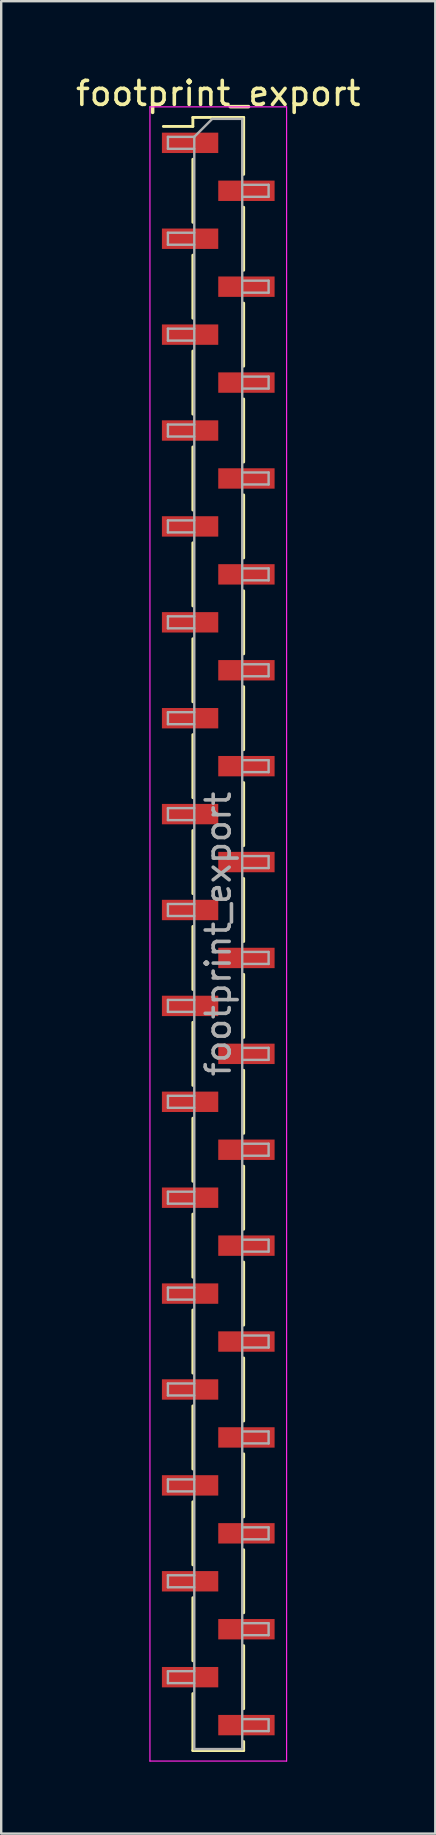
<source format=kicad_pcb>
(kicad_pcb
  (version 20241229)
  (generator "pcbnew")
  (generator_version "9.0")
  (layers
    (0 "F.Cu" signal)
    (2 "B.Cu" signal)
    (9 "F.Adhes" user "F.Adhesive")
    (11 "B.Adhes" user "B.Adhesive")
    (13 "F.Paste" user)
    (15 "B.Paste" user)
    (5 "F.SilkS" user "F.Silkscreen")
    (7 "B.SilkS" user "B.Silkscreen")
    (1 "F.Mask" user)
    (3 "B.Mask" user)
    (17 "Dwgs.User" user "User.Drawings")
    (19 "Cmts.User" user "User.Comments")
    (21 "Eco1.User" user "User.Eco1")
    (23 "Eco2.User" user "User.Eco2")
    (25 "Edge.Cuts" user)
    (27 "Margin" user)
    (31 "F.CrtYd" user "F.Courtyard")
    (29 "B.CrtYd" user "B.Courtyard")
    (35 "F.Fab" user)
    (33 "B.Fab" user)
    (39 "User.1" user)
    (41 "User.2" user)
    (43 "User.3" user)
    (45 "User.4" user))
  (footprint "footprint_export"
    (layer "F.Cu")
    (at 6.054 35.908)
    (property "Reference" "footprint_export" (at 0 -35.06 0) (layer "F.SilkS") (effects (font (size 1 1) (thickness 0.15))))
    (attr smd)
    (fp_line (start -1.06 -34.06) (end -1.06 -33.685) (stroke (width 0.12) (type solid)) (layer "F.SilkS"))
    (fp_line (start -1.06 -34.06) (end 1.06 -34.06) (stroke (width 0.12) (type solid)) (layer "F.SilkS"))
    (fp_line (start -1.06 -33.685) (end -2.29 -33.685) (stroke (width 0.12) (type solid)) (layer "F.SilkS"))
    (fp_line (start -1.06 -32.315) (end -1.06 -29.685) (stroke (width 0.12) (type solid)) (layer "F.SilkS"))
    (fp_line (start -1.06 -28.315) (end -1.06 -25.685) (stroke (width 0.12) (type solid)) (layer "F.SilkS"))
    (fp_line (start -1.06 -24.315) (end -1.06 -21.685) (stroke (width 0.12) (type solid)) (layer "F.SilkS"))
    (fp_line (start -1.06 -20.315) (end -1.06 -17.685) (stroke (width 0.12) (type solid)) (layer "F.SilkS"))
    (fp_line (start -1.06 -16.315) (end -1.06 -13.685) (stroke (width 0.12) (type solid)) (layer "F.SilkS"))
    (fp_line (start -1.06 -12.315) (end -1.06 -9.685) (stroke (width 0.12) (type solid)) (layer "F.SilkS"))
    (fp_line (start -1.06 -8.315) (end -1.06 -5.685) (stroke (width 0.12) (type solid)) (layer "F.SilkS"))
    (fp_line (start -1.06 -4.315) (end -1.06 -1.685) (stroke (width 0.12) (type solid)) (layer "F.SilkS"))
    (fp_line (start -1.06 -0.315) (end -1.06 2.315) (stroke (width 0.12) (type solid)) (layer "F.SilkS"))
    (fp_line (start -1.06 3.685) (end -1.06 6.315) (stroke (width 0.12) (type solid)) (layer "F.SilkS"))
    (fp_line (start -1.06 7.685) (end -1.06 10.315) (stroke (width 0.12) (type solid)) (layer "F.SilkS"))
    (fp_line (start -1.06 11.685) (end -1.06 14.315) (stroke (width 0.12) (type solid)) (layer "F.SilkS"))
    (fp_line (start -1.06 15.685) (end -1.06 18.315) (stroke (width 0.12) (type solid)) (layer "F.SilkS"))
    (fp_line (start -1.06 19.685) (end -1.06 22.315) (stroke (width 0.12) (type solid)) (layer "F.SilkS"))
    (fp_line (start -1.06 23.685) (end -1.06 26.315) (stroke (width 0.12) (type solid)) (layer "F.SilkS"))
    (fp_line (start -1.06 27.685) (end -1.06 30.315) (stroke (width 0.12) (type solid)) (layer "F.SilkS"))
    (fp_line (start -1.06 31.685) (end -1.06 34.06) (stroke (width 0.12) (type solid)) (layer "F.SilkS"))
    (fp_line (start -1.06 34.06) (end 1.06 34.06) (stroke (width 0.12) (type solid)) (layer "F.SilkS"))
    (fp_line (start 1.06 -34.06) (end 1.06 -31.685) (stroke (width 0.12) (type solid)) (layer "F.SilkS"))
    (fp_line (start 1.06 -30.315) (end 1.06 -27.685) (stroke (width 0.12) (type solid)) (layer "F.SilkS"))
    (fp_line (start 1.06 -26.315) (end 1.06 -23.685) (stroke (width 0.12) (type solid)) (layer "F.SilkS"))
    (fp_line (start 1.06 -22.315) (end 1.06 -19.685) (stroke (width 0.12) (type solid)) (layer "F.SilkS"))
    (fp_line (start 1.06 -18.315) (end 1.06 -15.685) (stroke (width 0.12) (type solid)) (layer "F.SilkS"))
    (fp_line (start 1.06 -14.315) (end 1.06 -11.685) (stroke (width 0.12) (type solid)) (layer "F.SilkS"))
    (fp_line (start 1.06 -10.315) (end 1.06 -7.685) (stroke (width 0.12) (type solid)) (layer "F.SilkS"))
    (fp_line (start 1.06 -6.315) (end 1.06 -3.685) (stroke (width 0.12) (type solid)) (layer "F.SilkS"))
    (fp_line (start 1.06 -2.315) (end 1.06 0.315) (stroke (width 0.12) (type solid)) (layer "F.SilkS"))
    (fp_line (start 1.06 1.685) (end 1.06 4.315) (stroke (width 0.12) (type solid)) (layer "F.SilkS"))
    (fp_line (start 1.06 5.685) (end 1.06 8.315) (stroke (width 0.12) (type solid)) (layer "F.SilkS"))
    (fp_line (start 1.06 9.685) (end 1.06 12.315) (stroke (width 0.12) (type solid)) (layer "F.SilkS"))
    (fp_line (start 1.06 13.685) (end 1.06 16.315) (stroke (width 0.12) (type solid)) (layer "F.SilkS"))
    (fp_line (start 1.06 17.685) (end 1.06 20.315) (stroke (width 0.12) (type solid)) (layer "F.SilkS"))
    (fp_line (start 1.06 21.685) (end 1.06 24.315) (stroke (width 0.12) (type solid)) (layer "F.SilkS"))
    (fp_line (start 1.06 25.685) (end 1.06 28.315) (stroke (width 0.12) (type solid)) (layer "F.SilkS"))
    (fp_line (start 1.06 29.685) (end 1.06 32.315) (stroke (width 0.12) (type solid)) (layer "F.SilkS"))
    (fp_line (start 1.06 33.685) (end 1.06 34.06) (stroke (width 0.12) (type solid)) (layer "F.SilkS"))
    (fp_line (start -2.85 -34.5) (end -2.85 34.5) (stroke (width 0.05) (type solid)) (layer "F.CrtYd"))
    (fp_line (start -2.85 34.5) (end 2.85 34.5) (stroke (width 0.05) (type solid)) (layer "F.CrtYd"))
    (fp_line (start 2.85 -34.5) (end -2.85 -34.5) (stroke (width 0.05) (type solid)) (layer "F.CrtYd"))
    (fp_line (start 2.85 34.5) (end 2.85 -34.5) (stroke (width 0.05) (type solid)) (layer "F.CrtYd"))
    (fp_line (start -2.1 -33.25) (end -2.1 -32.75) (stroke (width 0.1) (type solid)) (layer "F.Fab"))
    (fp_line (start -2.1 -32.75) (end -1 -32.75) (stroke (width 0.1) (type solid)) (layer "F.Fab"))
    (fp_line (start -2.1 -29.25) (end -2.1 -28.75) (stroke (width 0.1) (type solid)) (layer "F.Fab"))
    (fp_line (start -2.1 -28.75) (end -1 -28.75) (stroke (width 0.1) (type solid)) (layer "F.Fab"))
    (fp_line (start -2.1 -25.25) (end -2.1 -24.75) (stroke (width 0.1) (type solid)) (layer "F.Fab"))
    (fp_line (start -2.1 -24.75) (end -1 -24.75) (stroke (width 0.1) (type solid)) (layer "F.Fab"))
    (fp_line (start -2.1 -21.25) (end -2.1 -20.75) (stroke (width 0.1) (type solid)) (layer "F.Fab"))
    (fp_line (start -2.1 -20.75) (end -1 -20.75) (stroke (width 0.1) (type solid)) (layer "F.Fab"))
    (fp_line (start -2.1 -17.25) (end -2.1 -16.75) (stroke (width 0.1) (type solid)) (layer "F.Fab"))
    (fp_line (start -2.1 -16.75) (end -1 -16.75) (stroke (width 0.1) (type solid)) (layer "F.Fab"))
    (fp_line (start -2.1 -13.25) (end -2.1 -12.75) (stroke (width 0.1) (type solid)) (layer "F.Fab"))
    (fp_line (start -2.1 -12.75) (end -1 -12.75) (stroke (width 0.1) (type solid)) (layer "F.Fab"))
    (fp_line (start -2.1 -9.25) (end -2.1 -8.75) (stroke (width 0.1) (type solid)) (layer "F.Fab"))
    (fp_line (start -2.1 -8.75) (end -1 -8.75) (stroke (width 0.1) (type solid)) (layer "F.Fab"))
    (fp_line (start -2.1 -5.25) (end -2.1 -4.75) (stroke (width 0.1) (type solid)) (layer "F.Fab"))
    (fp_line (start -2.1 -4.75) (end -1 -4.75) (stroke (width 0.1) (type solid)) (layer "F.Fab"))
    (fp_line (start -2.1 -1.25) (end -2.1 -0.75) (stroke (width 0.1) (type solid)) (layer "F.Fab"))
    (fp_line (start -2.1 -0.75) (end -1 -0.75) (stroke (width 0.1) (type solid)) (layer "F.Fab"))
    (fp_line (start -2.1 2.75) (end -2.1 3.25) (stroke (width 0.1) (type solid)) (layer "F.Fab"))
    (fp_line (start -2.1 3.25) (end -1 3.25) (stroke (width 0.1) (type solid)) (layer "F.Fab"))
    (fp_line (start -2.1 6.75) (end -2.1 7.25) (stroke (width 0.1) (type solid)) (layer "F.Fab"))
    (fp_line (start -2.1 7.25) (end -1 7.25) (stroke (width 0.1) (type solid)) (layer "F.Fab"))
    (fp_line (start -2.1 10.75) (end -2.1 11.25) (stroke (width 0.1) (type solid)) (layer "F.Fab"))
    (fp_line (start -2.1 11.25) (end -1 11.25) (stroke (width 0.1) (type solid)) (layer "F.Fab"))
    (fp_line (start -2.1 14.75) (end -2.1 15.25) (stroke (width 0.1) (type solid)) (layer "F.Fab"))
    (fp_line (start -2.1 15.25) (end -1 15.25) (stroke (width 0.1) (type solid)) (layer "F.Fab"))
    (fp_line (start -2.1 18.75) (end -2.1 19.25) (stroke (width 0.1) (type solid)) (layer "F.Fab"))
    (fp_line (start -2.1 19.25) (end -1 19.25) (stroke (width 0.1) (type solid)) (layer "F.Fab"))
    (fp_line (start -2.1 22.75) (end -2.1 23.25) (stroke (width 0.1) (type solid)) (layer "F.Fab"))
    (fp_line (start -2.1 23.25) (end -1 23.25) (stroke (width 0.1) (type solid)) (layer "F.Fab"))
    (fp_line (start -2.1 26.75) (end -2.1 27.25) (stroke (width 0.1) (type solid)) (layer "F.Fab"))
    (fp_line (start -2.1 27.25) (end -1 27.25) (stroke (width 0.1) (type solid)) (layer "F.Fab"))
    (fp_line (start -2.1 30.75) (end -2.1 31.25) (stroke (width 0.1) (type solid)) (layer "F.Fab"))
    (fp_line (start -2.1 31.25) (end -1 31.25) (stroke (width 0.1) (type solid)) (layer "F.Fab"))
    (fp_line (start -1 -33.25) (end -2.1 -33.25) (stroke (width 0.1) (type solid)) (layer "F.Fab"))
    (fp_line (start -1 -33.25) (end -0.25 -34) (stroke (width 0.1) (type solid)) (layer "F.Fab"))
    (fp_line (start -1 -29.25) (end -2.1 -29.25) (stroke (width 0.1) (type solid)) (layer "F.Fab"))
    (fp_line (start -1 -25.25) (end -2.1 -25.25) (stroke (width 0.1) (type solid)) (layer "F.Fab"))
    (fp_line (start -1 -21.25) (end -2.1 -21.25) (stroke (width 0.1) (type solid)) (layer "F.Fab"))
    (fp_line (start -1 -17.25) (end -2.1 -17.25) (stroke (width 0.1) (type solid)) (layer "F.Fab"))
    (fp_line (start -1 -13.25) (end -2.1 -13.25) (stroke (width 0.1) (type solid)) (layer "F.Fab"))
    (fp_line (start -1 -9.25) (end -2.1 -9.25) (stroke (width 0.1) (type solid)) (layer "F.Fab"))
    (fp_line (start -1 -5.25) (end -2.1 -5.25) (stroke (width 0.1) (type solid)) (layer "F.Fab"))
    (fp_line (start -1 -1.25) (end -2.1 -1.25) (stroke (width 0.1) (type solid)) (layer "F.Fab"))
    (fp_line (start -1 2.75) (end -2.1 2.75) (stroke (width 0.1) (type solid)) (layer "F.Fab"))
    (fp_line (start -1 6.75) (end -2.1 6.75) (stroke (width 0.1) (type solid)) (layer "F.Fab"))
    (fp_line (start -1 10.75) (end -2.1 10.75) (stroke (width 0.1) (type solid)) (layer "F.Fab"))
    (fp_line (start -1 14.75) (end -2.1 14.75) (stroke (width 0.1) (type solid)) (layer "F.Fab"))
    (fp_line (start -1 18.75) (end -2.1 18.75) (stroke (width 0.1) (type solid)) (layer "F.Fab"))
    (fp_line (start -1 22.75) (end -2.1 22.75) (stroke (width 0.1) (type solid)) (layer "F.Fab"))
    (fp_line (start -1 26.75) (end -2.1 26.75) (stroke (width 0.1) (type solid)) (layer "F.Fab"))
    (fp_line (start -1 30.75) (end -2.1 30.75) (stroke (width 0.1) (type solid)) (layer "F.Fab"))
    (fp_line (start -1 34) (end -1 -33.25) (stroke (width 0.1) (type solid)) (layer "F.Fab"))
    (fp_line (start -0.25 -34) (end 1 -34) (stroke (width 0.1) (type solid)) (layer "F.Fab"))
    (fp_line (start 1 -34) (end 1 34) (stroke (width 0.1) (type solid)) (layer "F.Fab"))
    (fp_line (start 1 -31.25) (end 2.1 -31.25) (stroke (width 0.1) (type solid)) (layer "F.Fab"))
    (fp_line (start 1 -27.25) (end 2.1 -27.25) (stroke (width 0.1) (type solid)) (layer "F.Fab"))
    (fp_line (start 1 -23.25) (end 2.1 -23.25) (stroke (width 0.1) (type solid)) (layer "F.Fab"))
    (fp_line (start 1 -19.25) (end 2.1 -19.25) (stroke (width 0.1) (type solid)) (layer "F.Fab"))
    (fp_line (start 1 -15.25) (end 2.1 -15.25) (stroke (width 0.1) (type solid)) (layer "F.Fab"))
    (fp_line (start 1 -11.25) (end 2.1 -11.25) (stroke (width 0.1) (type solid)) (layer "F.Fab"))
    (fp_line (start 1 -7.25) (end 2.1 -7.25) (stroke (width 0.1) (type solid)) (layer "F.Fab"))
    (fp_line (start 1 -3.25) (end 2.1 -3.25) (stroke (width 0.1) (type solid)) (layer "F.Fab"))
    (fp_line (start 1 0.75) (end 2.1 0.75) (stroke (width 0.1) (type solid)) (layer "F.Fab"))
    (fp_line (start 1 4.75) (end 2.1 4.75) (stroke (width 0.1) (type solid)) (layer "F.Fab"))
    (fp_line (start 1 8.75) (end 2.1 8.75) (stroke (width 0.1) (type solid)) (layer "F.Fab"))
    (fp_line (start 1 12.75) (end 2.1 12.75) (stroke (width 0.1) (type solid)) (layer "F.Fab"))
    (fp_line (start 1 16.75) (end 2.1 16.75) (stroke (width 0.1) (type solid)) (layer "F.Fab"))
    (fp_line (start 1 20.75) (end 2.1 20.75) (stroke (width 0.1) (type solid)) (layer "F.Fab"))
    (fp_line (start 1 24.75) (end 2.1 24.75) (stroke (width 0.1) (type solid)) (layer "F.Fab"))
    (fp_line (start 1 28.75) (end 2.1 28.75) (stroke (width 0.1) (type solid)) (layer "F.Fab"))
    (fp_line (start 1 32.75) (end 2.1 32.75) (stroke (width 0.1) (type solid)) (layer "F.Fab"))
    (fp_line (start 1 34) (end -1 34) (stroke (width 0.1) (type solid)) (layer "F.Fab"))
    (fp_line (start 2.1 -31.25) (end 2.1 -30.75) (stroke (width 0.1) (type solid)) (layer "F.Fab"))
    (fp_line (start 2.1 -30.75) (end 1 -30.75) (stroke (width 0.1) (type solid)) (layer "F.Fab"))
    (fp_line (start 2.1 -27.25) (end 2.1 -26.75) (stroke (width 0.1) (type solid)) (layer "F.Fab"))
    (fp_line (start 2.1 -26.75) (end 1 -26.75) (stroke (width 0.1) (type solid)) (layer "F.Fab"))
    (fp_line (start 2.1 -23.25) (end 2.1 -22.75) (stroke (width 0.1) (type solid)) (layer "F.Fab"))
    (fp_line (start 2.1 -22.75) (end 1 -22.75) (stroke (width 0.1) (type solid)) (layer "F.Fab"))
    (fp_line (start 2.1 -19.25) (end 2.1 -18.75) (stroke (width 0.1) (type solid)) (layer "F.Fab"))
    (fp_line (start 2.1 -18.75) (end 1 -18.75) (stroke (width 0.1) (type solid)) (layer "F.Fab"))
    (fp_line (start 2.1 -15.25) (end 2.1 -14.75) (stroke (width 0.1) (type solid)) (layer "F.Fab"))
    (fp_line (start 2.1 -14.75) (end 1 -14.75) (stroke (width 0.1) (type solid)) (layer "F.Fab"))
    (fp_line (start 2.1 -11.25) (end 2.1 -10.75) (stroke (width 0.1) (type solid)) (layer "F.Fab"))
    (fp_line (start 2.1 -10.75) (end 1 -10.75) (stroke (width 0.1) (type solid)) (layer "F.Fab"))
    (fp_line (start 2.1 -7.25) (end 2.1 -6.75) (stroke (width 0.1) (type solid)) (layer "F.Fab"))
    (fp_line (start 2.1 -6.75) (end 1 -6.75) (stroke (width 0.1) (type solid)) (layer "F.Fab"))
    (fp_line (start 2.1 -3.25) (end 2.1 -2.75) (stroke (width 0.1) (type solid)) (layer "F.Fab"))
    (fp_line (start 2.1 -2.75) (end 1 -2.75) (stroke (width 0.1) (type solid)) (layer "F.Fab"))
    (fp_line (start 2.1 0.75) (end 2.1 1.25) (stroke (width 0.1) (type solid)) (layer "F.Fab"))
    (fp_line (start 2.1 1.25) (end 1 1.25) (stroke (width 0.1) (type solid)) (layer "F.Fab"))
    (fp_line (start 2.1 4.75) (end 2.1 5.25) (stroke (width 0.1) (type solid)) (layer "F.Fab"))
    (fp_line (start 2.1 5.25) (end 1 5.25) (stroke (width 0.1) (type solid)) (layer "F.Fab"))
    (fp_line (start 2.1 8.75) (end 2.1 9.25) (stroke (width 0.1) (type solid)) (layer "F.Fab"))
    (fp_line (start 2.1 9.25) (end 1 9.25) (stroke (width 0.1) (type solid)) (layer "F.Fab"))
    (fp_line (start 2.1 12.75) (end 2.1 13.25) (stroke (width 0.1) (type solid)) (layer "F.Fab"))
    (fp_line (start 2.1 13.25) (end 1 13.25) (stroke (width 0.1) (type solid)) (layer "F.Fab"))
    (fp_line (start 2.1 16.75) (end 2.1 17.25) (stroke (width 0.1) (type solid)) (layer "F.Fab"))
    (fp_line (start 2.1 17.25) (end 1 17.25) (stroke (width 0.1) (type solid)) (layer "F.Fab"))
    (fp_line (start 2.1 20.75) (end 2.1 21.25) (stroke (width 0.1) (type solid)) (layer "F.Fab"))
    (fp_line (start 2.1 21.25) (end 1 21.25) (stroke (width 0.1) (type solid)) (layer "F.Fab"))
    (fp_line (start 2.1 24.75) (end 2.1 25.25) (stroke (width 0.1) (type solid)) (layer "F.Fab"))
    (fp_line (start 2.1 25.25) (end 1 25.25) (stroke (width 0.1) (type solid)) (layer "F.Fab"))
    (fp_line (start 2.1 28.75) (end 2.1 29.25) (stroke (width 0.1) (type solid)) (layer "F.Fab"))
    (fp_line (start 2.1 29.25) (end 1 29.25) (stroke (width 0.1) (type solid)) (layer "F.Fab"))
    (fp_line (start 2.1 32.75) (end 2.1 33.25) (stroke (width 0.1) (type solid)) (layer "F.Fab"))
    (fp_line (start 2.1 33.25) (end 1 33.25) (stroke (width 0.1) (type solid)) (layer "F.Fab"))
    (fp_text user "${REFERENCE}" (at 0 0 90) (layer "F.Fab") (effects (font (size 1 1) (thickness 0.15))))
    (pad "1" smd rect (at -1.175 -33) (size 2.35 0.85) (layers "F.Cu" "F.Mask" "F.Paste"))
    (pad "2" smd rect (at 1.175 -31) (size 2.35 0.85) (layers "F.Cu" "F.Mask" "F.Paste"))
    (pad "3" smd rect (at -1.175 -29) (size 2.35 0.85) (layers "F.Cu" "F.Mask" "F.Paste"))
    (pad "4" smd rect (at 1.175 -27) (size 2.35 0.85) (layers "F.Cu" "F.Mask" "F.Paste"))
    (pad "5" smd rect (at -1.175 -25) (size 2.35 0.85) (layers "F.Cu" "F.Mask" "F.Paste"))
    (pad "6" smd rect (at 1.175 -23) (size 2.35 0.85) (layers "F.Cu" "F.Mask" "F.Paste"))
    (pad "7" smd rect (at -1.175 -21) (size 2.35 0.85) (layers "F.Cu" "F.Mask" "F.Paste"))
    (pad "8" smd rect (at 1.175 -19) (size 2.35 0.85) (layers "F.Cu" "F.Mask" "F.Paste"))
    (pad "9" smd rect (at -1.175 -17) (size 2.35 0.85) (layers "F.Cu" "F.Mask" "F.Paste"))
    (pad "10" smd rect (at 1.175 -15) (size 2.35 0.85) (layers "F.Cu" "F.Mask" "F.Paste"))
    (pad "11" smd rect (at -1.175 -13) (size 2.35 0.85) (layers "F.Cu" "F.Mask" "F.Paste"))
    (pad "12" smd rect (at 1.175 -11) (size 2.35 0.85) (layers "F.Cu" "F.Mask" "F.Paste"))
    (pad "13" smd rect (at -1.175 -9) (size 2.35 0.85) (layers "F.Cu" "F.Mask" "F.Paste"))
    (pad "14" smd rect (at 1.175 -7) (size 2.35 0.85) (layers "F.Cu" "F.Mask" "F.Paste"))
    (pad "15" smd rect (at -1.175 -5) (size 2.35 0.85) (layers "F.Cu" "F.Mask" "F.Paste"))
    (pad "16" smd rect (at 1.175 -3) (size 2.35 0.85) (layers "F.Cu" "F.Mask" "F.Paste"))
    (pad "17" smd rect (at -1.175 -1) (size 2.35 0.85) (layers "F.Cu" "F.Mask" "F.Paste"))
    (pad "18" smd rect (at 1.175 1) (size 2.35 0.85) (layers "F.Cu" "F.Mask" "F.Paste"))
    (pad "19" smd rect (at -1.175 3) (size 2.35 0.85) (layers "F.Cu" "F.Mask" "F.Paste"))
    (pad "20" smd rect (at 1.175 5) (size 2.35 0.85) (layers "F.Cu" "F.Mask" "F.Paste"))
    (pad "21" smd rect (at -1.175 7) (size 2.35 0.85) (layers "F.Cu" "F.Mask" "F.Paste"))
    (pad "22" smd rect (at 1.175 9) (size 2.35 0.85) (layers "F.Cu" "F.Mask" "F.Paste"))
    (pad "23" smd rect (at -1.175 11) (size 2.35 0.85) (layers "F.Cu" "F.Mask" "F.Paste"))
    (pad "24" smd rect (at 1.175 13) (size 2.35 0.85) (layers "F.Cu" "F.Mask" "F.Paste"))
    (pad "25" smd rect (at -1.175 15) (size 2.35 0.85) (layers "F.Cu" "F.Mask" "F.Paste"))
    (pad "26" smd rect (at 1.175 17) (size 2.35 0.85) (layers "F.Cu" "F.Mask" "F.Paste"))
    (pad "27" smd rect (at -1.175 19) (size 2.35 0.85) (layers "F.Cu" "F.Mask" "F.Paste"))
    (pad "28" smd rect (at 1.175 21) (size 2.35 0.85) (layers "F.Cu" "F.Mask" "F.Paste"))
    (pad "29" smd rect (at -1.175 23) (size 2.35 0.85) (layers "F.Cu" "F.Mask" "F.Paste"))
    (pad "30" smd rect (at 1.175 25) (size 2.35 0.85) (layers "F.Cu" "F.Mask" "F.Paste"))
    (pad "31" smd rect (at -1.175 27) (size 2.35 0.85) (layers "F.Cu" "F.Mask" "F.Paste"))
    (pad "32" smd rect (at 1.175 29) (size 2.35 0.85) (layers "F.Cu" "F.Mask" "F.Paste"))
    (pad "33" smd rect (at -1.175 31) (size 2.35 0.85) (layers "F.Cu" "F.Mask" "F.Paste"))
    (pad "34" smd rect (at 1.175 33) (size 2.35 0.85) (layers "F.Cu" "F.Mask" "F.Paste")))
  (gr_rect
    (start -3 -3)
    (end 15.107 73.433)
    (stroke (width 0.1) (type default))
    (fill no)
    (layer "Edge.Cuts")))
</source>
